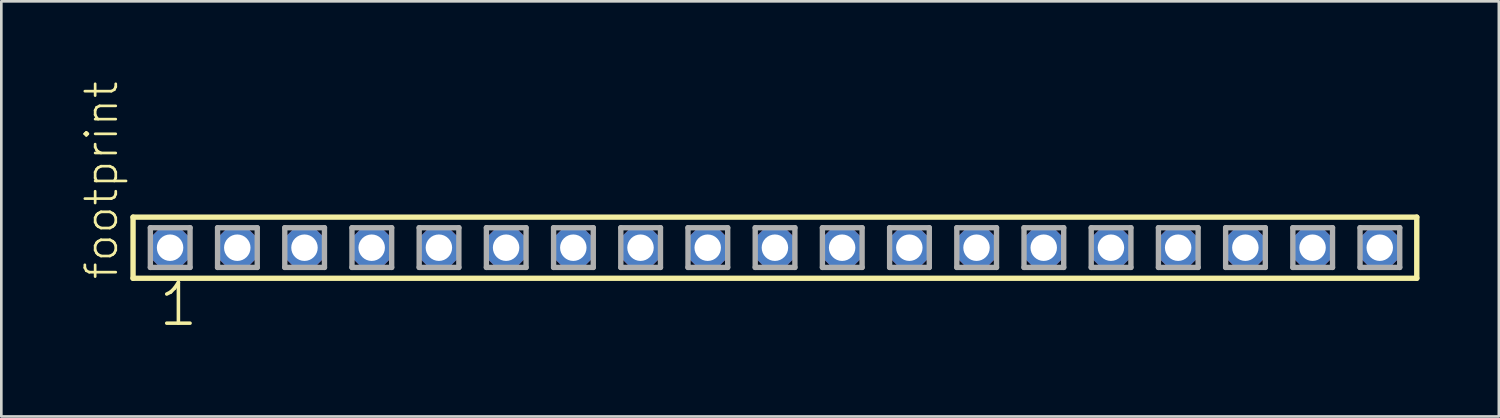
<source format=kicad_pcb>
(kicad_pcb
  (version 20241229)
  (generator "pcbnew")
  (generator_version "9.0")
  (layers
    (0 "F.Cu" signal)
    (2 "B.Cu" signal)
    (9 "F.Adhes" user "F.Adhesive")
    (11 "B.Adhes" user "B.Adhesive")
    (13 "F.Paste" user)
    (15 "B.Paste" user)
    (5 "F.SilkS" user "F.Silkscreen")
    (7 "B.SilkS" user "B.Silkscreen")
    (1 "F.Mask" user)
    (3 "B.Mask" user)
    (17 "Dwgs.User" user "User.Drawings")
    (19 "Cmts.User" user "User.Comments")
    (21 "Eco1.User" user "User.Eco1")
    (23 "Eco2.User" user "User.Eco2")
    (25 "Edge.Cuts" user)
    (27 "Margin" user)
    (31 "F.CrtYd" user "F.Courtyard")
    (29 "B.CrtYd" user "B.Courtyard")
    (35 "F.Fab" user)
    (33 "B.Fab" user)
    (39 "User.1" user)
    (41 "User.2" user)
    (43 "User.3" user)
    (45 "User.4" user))
  (footprint "footprint"
    (layer "F.Cu")
    (at 26.238 6.312)
    (property "Reference" "footprint" (at -24.765 1.27 90) (layer "F.SilkS") (effects (font (size 1.168 1.168) (thickness 0.102)) (justify left bottom)))
    (fp_line (start -24.259 -1.155) (end 24.259 -1.155) (stroke (width 0.203) (type solid)) (layer "F.SilkS"))
    (fp_line (start -24.259 1.155) (end -24.259 -1.155) (stroke (width 0.203) (type solid)) (layer "F.SilkS"))
    (fp_line (start 24.259 -1.155) (end 24.259 1.155) (stroke (width 0.203) (type solid)) (layer "F.SilkS"))
    (fp_line (start 24.259 1.155) (end -24.259 1.155) (stroke (width 0.203) (type solid)) (layer "F.SilkS"))
    (fp_line (start -23.605 -0.755) (end -22.105 -0.755) (stroke (width 0.203) (type solid)) (layer "F.Fab"))
    (fp_line (start -23.605 0.745) (end -23.605 -0.755) (stroke (width 0.203) (type solid)) (layer "F.Fab"))
    (fp_line (start -22.105 -0.755) (end -22.105 0.745) (stroke (width 0.203) (type solid)) (layer "F.Fab"))
    (fp_line (start -22.105 0.745) (end -23.605 0.745) (stroke (width 0.203) (type solid)) (layer "F.Fab"))
    (fp_line (start -21.065 -0.755) (end -19.565 -0.755) (stroke (width 0.203) (type solid)) (layer "F.Fab"))
    (fp_line (start -21.065 0.745) (end -21.065 -0.755) (stroke (width 0.203) (type solid)) (layer "F.Fab"))
    (fp_line (start -19.565 -0.755) (end -19.565 0.745) (stroke (width 0.203) (type solid)) (layer "F.Fab"))
    (fp_line (start -19.565 0.745) (end -21.065 0.745) (stroke (width 0.203) (type solid)) (layer "F.Fab"))
    (fp_line (start -18.525 -0.755) (end -17.025 -0.755) (stroke (width 0.203) (type solid)) (layer "F.Fab"))
    (fp_line (start -18.525 0.745) (end -18.525 -0.755) (stroke (width 0.203) (type solid)) (layer "F.Fab"))
    (fp_line (start -17.025 -0.755) (end -17.025 0.745) (stroke (width 0.203) (type solid)) (layer "F.Fab"))
    (fp_line (start -17.025 0.745) (end -18.525 0.745) (stroke (width 0.203) (type solid)) (layer "F.Fab"))
    (fp_line (start -15.985 -0.755) (end -14.485 -0.755) (stroke (width 0.203) (type solid)) (layer "F.Fab"))
    (fp_line (start -15.985 0.745) (end -15.985 -0.755) (stroke (width 0.203) (type solid)) (layer "F.Fab"))
    (fp_line (start -14.485 -0.755) (end -14.485 0.745) (stroke (width 0.203) (type solid)) (layer "F.Fab"))
    (fp_line (start -14.485 0.745) (end -15.985 0.745) (stroke (width 0.203) (type solid)) (layer "F.Fab"))
    (fp_line (start -13.445 -0.755) (end -11.945 -0.755) (stroke (width 0.203) (type solid)) (layer "F.Fab"))
    (fp_line (start -13.445 0.745) (end -13.445 -0.755) (stroke (width 0.203) (type solid)) (layer "F.Fab"))
    (fp_line (start -11.945 -0.755) (end -11.945 0.745) (stroke (width 0.203) (type solid)) (layer "F.Fab"))
    (fp_line (start -11.945 0.745) (end -13.445 0.745) (stroke (width 0.203) (type solid)) (layer "F.Fab"))
    (fp_line (start -10.905 -0.755) (end -9.405 -0.755) (stroke (width 0.203) (type solid)) (layer "F.Fab"))
    (fp_line (start -10.905 0.745) (end -10.905 -0.755) (stroke (width 0.203) (type solid)) (layer "F.Fab"))
    (fp_line (start -9.405 -0.755) (end -9.405 0.745) (stroke (width 0.203) (type solid)) (layer "F.Fab"))
    (fp_line (start -9.405 0.745) (end -10.905 0.745) (stroke (width 0.203) (type solid)) (layer "F.Fab"))
    (fp_line (start -8.365 -0.755) (end -6.865 -0.755) (stroke (width 0.203) (type solid)) (layer "F.Fab"))
    (fp_line (start -8.365 0.745) (end -8.365 -0.755) (stroke (width 0.203) (type solid)) (layer "F.Fab"))
    (fp_line (start -6.865 -0.755) (end -6.865 0.745) (stroke (width 0.203) (type solid)) (layer "F.Fab"))
    (fp_line (start -6.865 0.745) (end -8.365 0.745) (stroke (width 0.203) (type solid)) (layer "F.Fab"))
    (fp_line (start -5.825 -0.755) (end -4.325 -0.755) (stroke (width 0.203) (type solid)) (layer "F.Fab"))
    (fp_line (start -5.825 0.745) (end -5.825 -0.755) (stroke (width 0.203) (type solid)) (layer "F.Fab"))
    (fp_line (start -4.325 -0.755) (end -4.325 0.745) (stroke (width 0.203) (type solid)) (layer "F.Fab"))
    (fp_line (start -4.325 0.745) (end -5.825 0.745) (stroke (width 0.203) (type solid)) (layer "F.Fab"))
    (fp_line (start -3.285 -0.755) (end -1.785 -0.755) (stroke (width 0.203) (type solid)) (layer "F.Fab"))
    (fp_line (start -3.285 0.745) (end -3.285 -0.755) (stroke (width 0.203) (type solid)) (layer "F.Fab"))
    (fp_line (start -1.785 -0.755) (end -1.785 0.745) (stroke (width 0.203) (type solid)) (layer "F.Fab"))
    (fp_line (start -1.785 0.745) (end -3.285 0.745) (stroke (width 0.203) (type solid)) (layer "F.Fab"))
    (fp_line (start -0.745 -0.755) (end 0.755 -0.755) (stroke (width 0.203) (type solid)) (layer "F.Fab"))
    (fp_line (start -0.745 0.745) (end -0.745 -0.755) (stroke (width 0.203) (type solid)) (layer "F.Fab"))
    (fp_line (start 0.755 -0.755) (end 0.755 0.745) (stroke (width 0.203) (type solid)) (layer "F.Fab"))
    (fp_line (start 0.755 0.745) (end -0.745 0.745) (stroke (width 0.203) (type solid)) (layer "F.Fab"))
    (fp_line (start 1.795 -0.755) (end 3.295 -0.755) (stroke (width 0.203) (type solid)) (layer "F.Fab"))
    (fp_line (start 1.795 0.745) (end 1.795 -0.755) (stroke (width 0.203) (type solid)) (layer "F.Fab"))
    (fp_line (start 3.295 -0.755) (end 3.295 0.745) (stroke (width 0.203) (type solid)) (layer "F.Fab"))
    (fp_line (start 3.295 0.745) (end 1.795 0.745) (stroke (width 0.203) (type solid)) (layer "F.Fab"))
    (fp_line (start 4.335 -0.755) (end 5.835 -0.755) (stroke (width 0.203) (type solid)) (layer "F.Fab"))
    (fp_line (start 4.335 0.745) (end 4.335 -0.755) (stroke (width 0.203) (type solid)) (layer "F.Fab"))
    (fp_line (start 5.835 -0.755) (end 5.835 0.745) (stroke (width 0.203) (type solid)) (layer "F.Fab"))
    (fp_line (start 5.835 0.745) (end 4.335 0.745) (stroke (width 0.203) (type solid)) (layer "F.Fab"))
    (fp_line (start 6.875 -0.755) (end 8.375 -0.755) (stroke (width 0.203) (type solid)) (layer "F.Fab"))
    (fp_line (start 6.875 0.745) (end 6.875 -0.755) (stroke (width 0.203) (type solid)) (layer "F.Fab"))
    (fp_line (start 8.375 -0.755) (end 8.375 0.745) (stroke (width 0.203) (type solid)) (layer "F.Fab"))
    (fp_line (start 8.375 0.745) (end 6.875 0.745) (stroke (width 0.203) (type solid)) (layer "F.Fab"))
    (fp_line (start 9.415 -0.755) (end 10.915 -0.755) (stroke (width 0.203) (type solid)) (layer "F.Fab"))
    (fp_line (start 9.415 0.745) (end 9.415 -0.755) (stroke (width 0.203) (type solid)) (layer "F.Fab"))
    (fp_line (start 10.915 -0.755) (end 10.915 0.745) (stroke (width 0.203) (type solid)) (layer "F.Fab"))
    (fp_line (start 10.915 0.745) (end 9.415 0.745) (stroke (width 0.203) (type solid)) (layer "F.Fab"))
    (fp_line (start 11.955 -0.755) (end 13.455 -0.755) (stroke (width 0.203) (type solid)) (layer "F.Fab"))
    (fp_line (start 11.955 0.745) (end 11.955 -0.755) (stroke (width 0.203) (type solid)) (layer "F.Fab"))
    (fp_line (start 13.455 -0.755) (end 13.455 0.745) (stroke (width 0.203) (type solid)) (layer "F.Fab"))
    (fp_line (start 13.455 0.745) (end 11.955 0.745) (stroke (width 0.203) (type solid)) (layer "F.Fab"))
    (fp_line (start 14.495 -0.755) (end 15.995 -0.755) (stroke (width 0.203) (type solid)) (layer "F.Fab"))
    (fp_line (start 14.495 0.745) (end 14.495 -0.755) (stroke (width 0.203) (type solid)) (layer "F.Fab"))
    (fp_line (start 15.995 -0.755) (end 15.995 0.745) (stroke (width 0.203) (type solid)) (layer "F.Fab"))
    (fp_line (start 15.995 0.745) (end 14.495 0.745) (stroke (width 0.203) (type solid)) (layer "F.Fab"))
    (fp_line (start 17.035 -0.755) (end 18.535 -0.755) (stroke (width 0.203) (type solid)) (layer "F.Fab"))
    (fp_line (start 17.035 0.745) (end 17.035 -0.755) (stroke (width 0.203) (type solid)) (layer "F.Fab"))
    (fp_line (start 18.535 -0.755) (end 18.535 0.745) (stroke (width 0.203) (type solid)) (layer "F.Fab"))
    (fp_line (start 18.535 0.745) (end 17.035 0.745) (stroke (width 0.203) (type solid)) (layer "F.Fab"))
    (fp_line (start 19.575 -0.755) (end 21.075 -0.755) (stroke (width 0.203) (type solid)) (layer "F.Fab"))
    (fp_line (start 19.575 0.745) (end 19.575 -0.755) (stroke (width 0.203) (type solid)) (layer "F.Fab"))
    (fp_line (start 21.075 -0.755) (end 21.075 0.745) (stroke (width 0.203) (type solid)) (layer "F.Fab"))
    (fp_line (start 21.075 0.745) (end 19.575 0.745) (stroke (width 0.203) (type solid)) (layer "F.Fab"))
    (fp_line (start 22.115 -0.755) (end 23.615 -0.755) (stroke (width 0.203) (type solid)) (layer "F.Fab"))
    (fp_line (start 22.115 0.745) (end 22.115 -0.755) (stroke (width 0.203) (type solid)) (layer "F.Fab"))
    (fp_line (start 23.615 -0.755) (end 23.615 0.745) (stroke (width 0.203) (type solid)) (layer "F.Fab"))
    (fp_line (start 23.615 0.745) (end 22.115 0.745) (stroke (width 0.203) (type solid)) (layer "F.Fab"))
    (fp_text user "1" (at -23.368 3.048 0) (layer "F.SilkS") (effects (font (size 1.542 1.542) (thickness 0.134)) (justify left bottom)))
    (pad "1" thru_hole roundrect (at -22.86 0) (size 1.5 1.5) (drill 1) (layers "*.Cu" "*.Mask") (roundrect_rratio 0.25) (chamfer_ratio 0.25) (chamfer top_left top_right bottom_left bottom_right))
    (pad "2" thru_hole roundrect (at -20.32 0) (size 1.5 1.5) (drill 1) (layers "*.Cu" "*.Mask") (roundrect_rratio 0.25) (chamfer_ratio 0.25) (chamfer top_left top_right bottom_left bottom_right))
    (pad "3" thru_hole roundrect (at -17.78 0) (size 1.5 1.5) (drill 1) (layers "*.Cu" "*.Mask") (roundrect_rratio 0.25) (chamfer_ratio 0.25) (chamfer top_left top_right bottom_left bottom_right))
    (pad "4" thru_hole roundrect (at -15.24 0) (size 1.5 1.5) (drill 1) (layers "*.Cu" "*.Mask") (roundrect_rratio 0.25) (chamfer_ratio 0.25) (chamfer top_left top_right bottom_left bottom_right))
    (pad "5" thru_hole roundrect (at -12.7 0) (size 1.5 1.5) (drill 1) (layers "*.Cu" "*.Mask") (roundrect_rratio 0.25) (chamfer_ratio 0.25) (chamfer top_left top_right bottom_left bottom_right))
    (pad "6" thru_hole roundrect (at -10.16 0) (size 1.5 1.5) (drill 1) (layers "*.Cu" "*.Mask") (roundrect_rratio 0.25) (chamfer_ratio 0.25) (chamfer top_left top_right bottom_left bottom_right))
    (pad "7" thru_hole roundrect (at -7.62 0) (size 1.5 1.5) (drill 1) (layers "*.Cu" "*.Mask") (roundrect_rratio 0.25) (chamfer_ratio 0.25) (chamfer top_left top_right bottom_left bottom_right))
    (pad "8" thru_hole roundrect (at -5.08 0) (size 1.5 1.5) (drill 1) (layers "*.Cu" "*.Mask") (roundrect_rratio 0.25) (chamfer_ratio 0.25) (chamfer top_left top_right bottom_left bottom_right))
    (pad "9" thru_hole roundrect (at -2.54 0) (size 1.5 1.5) (drill 1) (layers "*.Cu" "*.Mask") (roundrect_rratio 0.25) (chamfer_ratio 0.25) (chamfer top_left top_right bottom_left bottom_right))
    (pad "10" thru_hole roundrect (at 0 0) (size 1.5 1.5) (drill 1) (layers "*.Cu" "*.Mask") (roundrect_rratio 0.25) (chamfer_ratio 0.25) (chamfer top_left top_right bottom_left bottom_right))
    (pad "11" thru_hole roundrect (at 2.54 0) (size 1.5 1.5) (drill 1) (layers "*.Cu" "*.Mask") (roundrect_rratio 0.25) (chamfer_ratio 0.25) (chamfer top_left top_right bottom_left bottom_right))
    (pad "12" thru_hole roundrect (at 5.08 0) (size 1.5 1.5) (drill 1) (layers "*.Cu" "*.Mask") (roundrect_rratio 0.25) (chamfer_ratio 0.25) (chamfer top_left top_right bottom_left bottom_right))
    (pad "13" thru_hole roundrect (at 7.62 0) (size 1.5 1.5) (drill 1) (layers "*.Cu" "*.Mask") (roundrect_rratio 0.25) (chamfer_ratio 0.25) (chamfer top_left top_right bottom_left bottom_right))
    (pad "14" thru_hole roundrect (at 10.16 0) (size 1.5 1.5) (drill 1) (layers "*.Cu" "*.Mask") (roundrect_rratio 0.25) (chamfer_ratio 0.25) (chamfer top_left top_right bottom_left bottom_right))
    (pad "15" thru_hole roundrect (at 12.7 0) (size 1.5 1.5) (drill 1) (layers "*.Cu" "*.Mask") (roundrect_rratio 0.25) (chamfer_ratio 0.25) (chamfer top_left top_right bottom_left bottom_right))
    (pad "16" thru_hole roundrect (at 15.24 0) (size 1.5 1.5) (drill 1) (layers "*.Cu" "*.Mask") (roundrect_rratio 0.25) (chamfer_ratio 0.25) (chamfer top_left top_right bottom_left bottom_right))
    (pad "17" thru_hole roundrect (at 17.78 0) (size 1.5 1.5) (drill 1) (layers "*.Cu" "*.Mask") (roundrect_rratio 0.25) (chamfer_ratio 0.25) (chamfer top_left top_right bottom_left bottom_right))
    (pad "18" thru_hole roundrect (at 20.32 0) (size 1.5 1.5) (drill 1) (layers "*.Cu" "*.Mask") (roundrect_rratio 0.25) (chamfer_ratio 0.25) (chamfer top_left top_right bottom_left bottom_right))
    (pad "19" thru_hole roundrect (at 22.86 0) (size 1.5 1.5) (drill 1) (layers "*.Cu" "*.Mask") (roundrect_rratio 0.25) (chamfer_ratio 0.25) (chamfer top_left top_right bottom_left bottom_right)))
  (gr_rect
    (start -3 -3)
    (end 53.599 12.691)
    (stroke (width 0.1) (type default))
    (fill no)
    (layer "Edge.Cuts")))
</source>
